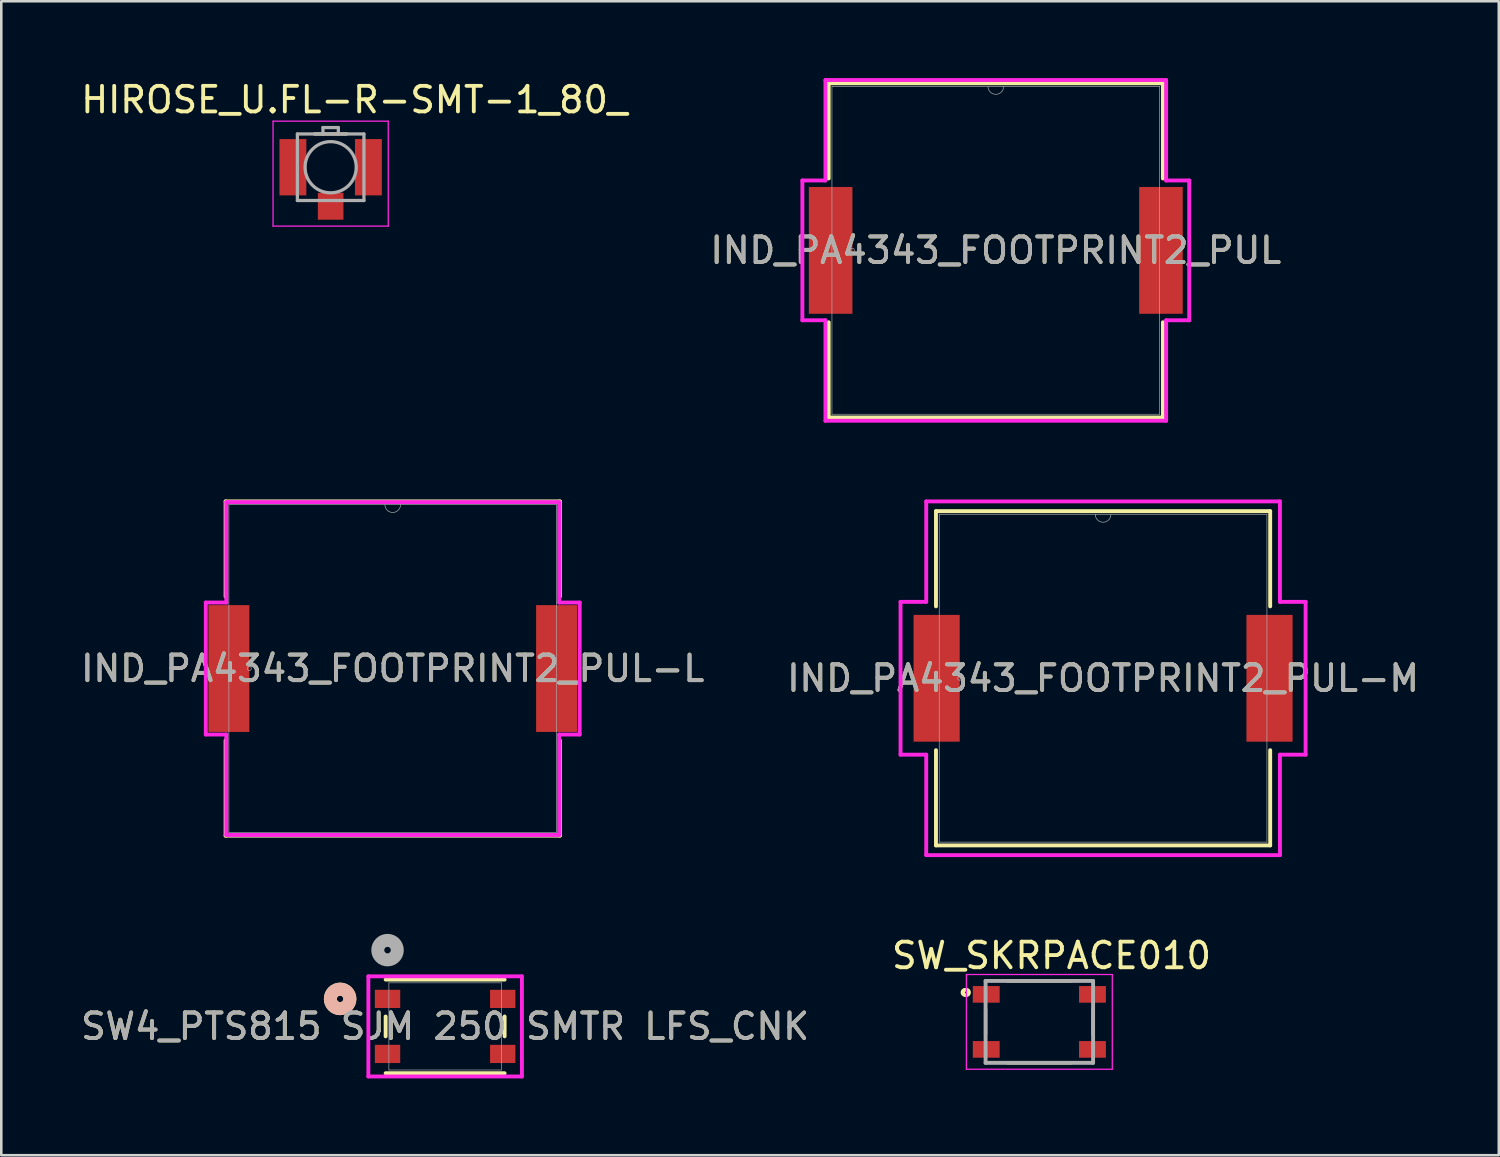
<source format=kicad_pcb>
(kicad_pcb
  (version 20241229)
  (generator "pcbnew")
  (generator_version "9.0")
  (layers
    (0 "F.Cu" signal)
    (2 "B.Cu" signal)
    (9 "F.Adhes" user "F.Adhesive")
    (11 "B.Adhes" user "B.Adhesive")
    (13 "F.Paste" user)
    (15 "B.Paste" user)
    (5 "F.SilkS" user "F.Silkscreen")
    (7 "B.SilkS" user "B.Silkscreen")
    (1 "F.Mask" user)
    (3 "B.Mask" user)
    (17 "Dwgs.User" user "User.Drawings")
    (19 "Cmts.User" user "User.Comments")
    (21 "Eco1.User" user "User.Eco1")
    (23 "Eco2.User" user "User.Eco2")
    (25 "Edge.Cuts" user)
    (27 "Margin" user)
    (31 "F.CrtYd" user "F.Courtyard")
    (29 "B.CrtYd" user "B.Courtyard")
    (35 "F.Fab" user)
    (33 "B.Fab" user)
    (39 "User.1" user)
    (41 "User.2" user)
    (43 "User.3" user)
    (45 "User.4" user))
  (footprint "SW_SKRPACE010"
    (layer "F.Cu")
    (at 37.552 36.87)
    (property "Reference" "SW_SKRPACE010" (at 0.476 -2.589 0) (layer "F.SilkS") (effects (font (size 1.002 1.002) (thickness 0.15))))
    (attr smd)
    (fp_line (start -2.1 -0.5) (end -2.1 0.5) (stroke (width 0.127) (type solid)) (layer "F.SilkS"))
    (fp_line (start -1.25 -1.6) (end 1.25 -1.6) (stroke (width 0.127) (type solid)) (layer "F.SilkS"))
    (fp_line (start -1.25 1.6) (end 1.25 1.6) (stroke (width 0.127) (type solid)) (layer "F.SilkS"))
    (fp_line (start 2.1 -0.5) (end 2.1 0.5) (stroke (width 0.127) (type solid)) (layer "F.SilkS"))
    (fp_circle (center -2.9 -1.15) (end -2.788 -1.15) (stroke (width 0.127) (type solid)) (fill no) (layer "F.SilkS"))
    (fp_circle (center -2.85 -1.15) (end -2.8 -1.15) (stroke (width 0.127) (type solid)) (fill no) (layer "F.SilkS"))
    (fp_line (start -2.85 -1.85) (end 2.85 -1.85) (stroke (width 0.05) (type solid)) (layer "F.CrtYd"))
    (fp_line (start -2.85 1.85) (end -2.85 -1.85) (stroke (width 0.05) (type solid)) (layer "F.CrtYd"))
    (fp_line (start 2.85 -1.85) (end 2.85 1.85) (stroke (width 0.05) (type solid)) (layer "F.CrtYd"))
    (fp_line (start 2.85 1.85) (end -2.85 1.85) (stroke (width 0.05) (type solid)) (layer "F.CrtYd"))
    (fp_line (start -2.1 -1.6) (end 2.1 -1.6) (stroke (width 0.152) (type solid)) (layer "F.Fab"))
    (fp_line (start -2.1 1.6) (end -2.1 -1.6) (stroke (width 0.152) (type solid)) (layer "F.Fab"))
    (fp_line (start 2.1 -1.6) (end 2.1 1.6) (stroke (width 0.152) (type solid)) (layer "F.Fab"))
    (fp_line (start 2.1 1.6) (end -2.1 1.6) (stroke (width 0.152) (type solid)) (layer "F.Fab"))
    (pad "1" smd rect (at -2.075 -1.075) (size 1.05 0.65) (layers "F.Cu" "F.Mask" "F.Paste"))
    (pad "2" smd rect (at 2.075 -1.075) (size 1.05 0.65) (layers "F.Cu" "F.Mask" "F.Paste"))
    (pad "3" smd rect (at -2.075 1.075) (size 1.05 0.65) (layers "F.Cu" "F.Mask" "F.Paste"))
    (pad "4" smd rect (at 2.075 1.075) (size 1.05 0.65) (layers "F.Cu" "F.Mask" "F.Paste")))
  (footprint "IND_PA4343_FOOTPRINT2_PUL-M"
    (layer "F.Cu")
    (at 40.042 23.447)
    (property "Reference" "IND_PA4343_FOOTPRINT2_PUL-M" (at 0 0 0) (unlocked yes) (layer "F.SilkS") (effects (font (size 1 1) (thickness 0.15))))
    (attr smd)
    (fp_line (start -6.528 -6.528) (end -6.528 -2.809) (stroke (width 0.152) (type solid)) (layer "F.SilkS"))
    (fp_line (start -6.528 2.809) (end -6.528 6.528) (stroke (width 0.152) (type solid)) (layer "F.SilkS"))
    (fp_line (start -6.528 6.528) (end 6.528 6.528) (stroke (width 0.152) (type solid)) (layer "F.SilkS"))
    (fp_line (start 6.528 -6.528) (end -6.528 -6.528) (stroke (width 0.152) (type solid)) (layer "F.SilkS"))
    (fp_line (start 6.528 -2.809) (end 6.528 -6.528) (stroke (width 0.152) (type solid)) (layer "F.SilkS"))
    (fp_line (start 6.528 6.528) (end 6.528 2.809) (stroke (width 0.152) (type solid)) (layer "F.SilkS"))
    (fp_line (start -7.912 -2.985) (end -6.909 -2.985) (stroke (width 0.152) (type solid)) (layer "F.CrtYd"))
    (fp_line (start -7.912 2.985) (end -7.912 -2.985) (stroke (width 0.152) (type solid)) (layer "F.CrtYd"))
    (fp_line (start -7.912 2.985) (end -6.909 2.985) (stroke (width 0.152) (type solid)) (layer "F.CrtYd"))
    (fp_line (start -6.909 -6.909) (end 6.909 -6.909) (stroke (width 0.152) (type solid)) (layer "F.CrtYd"))
    (fp_line (start -6.909 -2.985) (end -6.909 -6.909) (stroke (width 0.152) (type solid)) (layer "F.CrtYd"))
    (fp_line (start -6.909 6.909) (end -6.909 2.985) (stroke (width 0.152) (type solid)) (layer "F.CrtYd"))
    (fp_line (start 6.909 -6.909) (end 6.909 -2.985) (stroke (width 0.152) (type solid)) (layer "F.CrtYd"))
    (fp_line (start 6.909 2.985) (end 6.909 6.909) (stroke (width 0.152) (type solid)) (layer "F.CrtYd"))
    (fp_line (start 6.909 6.909) (end -6.909 6.909) (stroke (width 0.152) (type solid)) (layer "F.CrtYd"))
    (fp_line (start 7.912 -2.985) (end 6.909 -2.985) (stroke (width 0.152) (type solid)) (layer "F.CrtYd"))
    (fp_line (start 7.912 -2.985) (end 7.912 2.985) (stroke (width 0.152) (type solid)) (layer "F.CrtYd"))
    (fp_line (start 7.912 2.985) (end 6.909 2.985) (stroke (width 0.152) (type solid)) (layer "F.CrtYd"))
    (fp_line (start -6.401 -6.401) (end -6.401 6.401) (stroke (width 0.025) (type solid)) (layer "F.Fab"))
    (fp_line (start -6.401 6.401) (end 6.401 6.401) (stroke (width 0.025) (type solid)) (layer "F.Fab"))
    (fp_line (start 6.401 -6.401) (end -6.401 -6.401) (stroke (width 0.025) (type solid)) (layer "F.Fab"))
    (fp_line (start 6.401 6.401) (end 6.401 -6.401) (stroke (width 0.025) (type solid)) (layer "F.Fab"))
    (fp_arc (start 0.3048 -6.4008) (mid 0 -6.096) (end -0.3048 -6.4008) (stroke (width 0.0254) (type solid)) (layer "F.Fab"))
    (fp_circle (center -5.601 0) (end -5.524 0) (stroke (width 0.025) (type solid)) (fill no) (layer "F.Fab"))
    (fp_text user "${REFERENCE}" (at 0 0 0) (unlocked yes) (layer "F.Fab") (effects (font (size 1 1) (thickness 0.15))))
    (pad "1" smd rect (at -6.502 0) (size 1.803 4.953) (layers "F.Cu" "F.Mask" "F.Paste"))
    (pad "2" smd rect (at 6.502 0) (size 1.803 4.953) (layers "F.Cu" "F.Mask" "F.Paste")))
  (footprint "IND_PA4343_FOOTPRINT2_PUL-L"
    (layer "F.Cu")
    (at 12.292 23.066)
    (property "Reference" "IND_PA4343_FOOTPRINT2_PUL-L" (at 0 0 0) (unlocked yes) (layer "F.SilkS") (effects (font (size 1 1) (thickness 0.15))))
    (attr smd)
    (fp_line (start -6.528 -6.528) (end -6.528 -2.809) (stroke (width 0.152) (type solid)) (layer "F.SilkS"))
    (fp_line (start -6.528 2.809) (end -6.528 6.528) (stroke (width 0.152) (type solid)) (layer "F.SilkS"))
    (fp_line (start -6.528 6.528) (end 6.528 6.528) (stroke (width 0.152) (type solid)) (layer "F.SilkS"))
    (fp_line (start 6.528 -6.528) (end -6.528 -6.528) (stroke (width 0.152) (type solid)) (layer "F.SilkS"))
    (fp_line (start 6.528 -2.809) (end 6.528 -6.528) (stroke (width 0.152) (type solid)) (layer "F.SilkS"))
    (fp_line (start 6.528 6.528) (end 6.528 2.809) (stroke (width 0.152) (type solid)) (layer "F.SilkS"))
    (fp_line (start -7.303 -2.578) (end -6.502 -2.578) (stroke (width 0.152) (type solid)) (layer "F.CrtYd"))
    (fp_line (start -7.303 2.578) (end -7.303 -2.578) (stroke (width 0.152) (type solid)) (layer "F.CrtYd"))
    (fp_line (start -7.303 2.578) (end -6.502 2.578) (stroke (width 0.152) (type solid)) (layer "F.CrtYd"))
    (fp_line (start -6.502 -6.502) (end 6.502 -6.502) (stroke (width 0.152) (type solid)) (layer "F.CrtYd"))
    (fp_line (start -6.502 -2.578) (end -6.502 -6.502) (stroke (width 0.152) (type solid)) (layer "F.CrtYd"))
    (fp_line (start -6.502 6.502) (end -6.502 2.578) (stroke (width 0.152) (type solid)) (layer "F.CrtYd"))
    (fp_line (start 6.502 -6.502) (end 6.502 -2.578) (stroke (width 0.152) (type solid)) (layer "F.CrtYd"))
    (fp_line (start 6.502 2.578) (end 6.502 6.502) (stroke (width 0.152) (type solid)) (layer "F.CrtYd"))
    (fp_line (start 6.502 6.502) (end -6.502 6.502) (stroke (width 0.152) (type solid)) (layer "F.CrtYd"))
    (fp_line (start 7.303 -2.578) (end 6.502 -2.578) (stroke (width 0.152) (type solid)) (layer "F.CrtYd"))
    (fp_line (start 7.303 -2.578) (end 7.303 2.578) (stroke (width 0.152) (type solid)) (layer "F.CrtYd"))
    (fp_line (start 7.303 2.578) (end 6.502 2.578) (stroke (width 0.152) (type solid)) (layer "F.CrtYd"))
    (fp_line (start -6.401 -6.401) (end -6.401 6.401) (stroke (width 0.025) (type solid)) (layer "F.Fab"))
    (fp_line (start -6.401 6.401) (end 6.401 6.401) (stroke (width 0.025) (type solid)) (layer "F.Fab"))
    (fp_line (start 6.401 -6.401) (end -6.401 -6.401) (stroke (width 0.025) (type solid)) (layer "F.Fab"))
    (fp_line (start 6.401 6.401) (end 6.401 -6.401) (stroke (width 0.025) (type solid)) (layer "F.Fab"))
    (fp_arc (start 0.3048 -6.4008) (mid 0 -6.096) (end -0.3048 -6.4008) (stroke (width 0.0254) (type solid)) (layer "F.Fab"))
    (fp_circle (center -5.601 0) (end -5.524 0) (stroke (width 0.025) (type solid)) (fill no) (layer "F.Fab"))
    (fp_text user "${REFERENCE}" (at 0 0 0) (unlocked yes) (layer "F.Fab") (effects (font (size 1 1) (thickness 0.15))))
    (pad "1" smd rect (at -6.401 0) (size 1.6 4.953) (layers "F.Cu" "F.Mask" "F.Paste"))
    (pad "2" smd rect (at 6.401 0) (size 1.6 4.953) (layers "F.Cu" "F.Mask" "F.Paste")))
  (footprint "IND_PA4343_FOOTPRINT2_PUL"
    (layer "F.Cu")
    (at 35.851 6.731)
    (property "Reference" "IND_PA4343_FOOTPRINT2_PUL" (at 0 0 0) (unlocked yes) (layer "F.SilkS") (effects (font (size 1 1) (thickness 0.15))))
    (attr smd)
    (fp_line (start -6.528 -6.528) (end -6.528 -2.809) (stroke (width 0.152) (type solid)) (layer "F.SilkS"))
    (fp_line (start -6.528 2.809) (end -6.528 6.528) (stroke (width 0.152) (type solid)) (layer "F.SilkS"))
    (fp_line (start -6.528 6.528) (end 6.528 6.528) (stroke (width 0.152) (type solid)) (layer "F.SilkS"))
    (fp_line (start 6.528 -6.528) (end -6.528 -6.528) (stroke (width 0.152) (type solid)) (layer "F.SilkS"))
    (fp_line (start 6.528 -2.809) (end 6.528 -6.528) (stroke (width 0.152) (type solid)) (layer "F.SilkS"))
    (fp_line (start 6.528 6.528) (end 6.528 2.809) (stroke (width 0.152) (type solid)) (layer "F.SilkS"))
    (fp_line (start -7.556 -2.731) (end -6.655 -2.731) (stroke (width 0.152) (type solid)) (layer "F.CrtYd"))
    (fp_line (start -7.556 2.731) (end -7.556 -2.731) (stroke (width 0.152) (type solid)) (layer "F.CrtYd"))
    (fp_line (start -7.556 2.731) (end -6.655 2.731) (stroke (width 0.152) (type solid)) (layer "F.CrtYd"))
    (fp_line (start -6.655 -6.655) (end 6.655 -6.655) (stroke (width 0.152) (type solid)) (layer "F.CrtYd"))
    (fp_line (start -6.655 -2.731) (end -6.655 -6.655) (stroke (width 0.152) (type solid)) (layer "F.CrtYd"))
    (fp_line (start -6.655 6.655) (end -6.655 2.731) (stroke (width 0.152) (type solid)) (layer "F.CrtYd"))
    (fp_line (start 6.655 -6.655) (end 6.655 -2.731) (stroke (width 0.152) (type solid)) (layer "F.CrtYd"))
    (fp_line (start 6.655 2.731) (end 6.655 6.655) (stroke (width 0.152) (type solid)) (layer "F.CrtYd"))
    (fp_line (start 6.655 6.655) (end -6.655 6.655) (stroke (width 0.152) (type solid)) (layer "F.CrtYd"))
    (fp_line (start 7.556 -2.731) (end 6.655 -2.731) (stroke (width 0.152) (type solid)) (layer "F.CrtYd"))
    (fp_line (start 7.556 -2.731) (end 7.556 2.731) (stroke (width 0.152) (type solid)) (layer "F.CrtYd"))
    (fp_line (start 7.556 2.731) (end 6.655 2.731) (stroke (width 0.152) (type solid)) (layer "F.CrtYd"))
    (fp_line (start -6.401 -6.401) (end -6.401 6.401) (stroke (width 0.025) (type solid)) (layer "F.Fab"))
    (fp_line (start -6.401 6.401) (end 6.401 6.401) (stroke (width 0.025) (type solid)) (layer "F.Fab"))
    (fp_line (start 6.401 -6.401) (end -6.401 -6.401) (stroke (width 0.025) (type solid)) (layer "F.Fab"))
    (fp_line (start 6.401 6.401) (end 6.401 -6.401) (stroke (width 0.025) (type solid)) (layer "F.Fab"))
    (fp_arc (start 0.3048 -6.4008) (mid 0 -6.096) (end -0.3048 -6.4008) (stroke (width 0.0254) (type solid)) (layer "F.Fab"))
    (fp_circle (center -5.601 0) (end -5.524 0) (stroke (width 0.025) (type solid)) (fill no) (layer "F.Fab"))
    (fp_text user "${REFERENCE}" (at 0 0 0) (unlocked yes) (layer "F.Fab") (effects (font (size 1 1) (thickness 0.15))))
    (pad "1" smd rect (at -6.452 0) (size 1.702 4.953) (layers "F.Cu" "F.Mask" "F.Paste"))
    (pad "2" smd rect (at 6.452 0) (size 1.702 4.953) (layers "F.Cu" "F.Mask" "F.Paste")))
  (footprint "HIROSE_U.FL-R-SMT-1_80_"
    (layer "F.Cu")
    (at 9.867 3.483)
    (property "Reference" "HIROSE_U.FL-R-SMT-1_80_" (at 0.925 -2.635 0) (layer "F.SilkS") (effects (font (size 1 1) (thickness 0.15))))
    (attr smd)
    (fp_line (start -0.63 -1.3) (end 0.63 -1.3) (stroke (width 0.127) (type solid)) (layer "F.SilkS"))
    (fp_poly (pts (xy -1.95 -1) (xy -1.05 -1) (xy -1.05 1) (xy -1.95 1)) (stroke (width 0.01) (type solid)) (fill yes) (layer "F.Paste"))
    (fp_poly (pts (xy -0.4 1.1) (xy 0.4 1.1) (xy 0.4 1.95) (xy -0.4 1.95)) (stroke (width 0.01) (type solid)) (fill yes) (layer "F.Paste"))
    (fp_poly (pts (xy 1.05 -1) (xy 1.95 -1) (xy 1.95 1) (xy 1.05 1)) (stroke (width 0.01) (type solid)) (fill yes) (layer "F.Paste"))
    (fp_line (start -2.25 -1.8) (end 2.25 -1.8) (stroke (width 0.05) (type solid)) (layer "F.CrtYd"))
    (fp_line (start -2.25 2.3) (end -2.25 -1.8) (stroke (width 0.05) (type solid)) (layer "F.CrtYd"))
    (fp_line (start 2.25 -1.8) (end 2.25 2.3) (stroke (width 0.05) (type solid)) (layer "F.CrtYd"))
    (fp_line (start 2.25 2.3) (end -2.25 2.3) (stroke (width 0.05) (type solid)) (layer "F.CrtYd"))
    (fp_line (start -1.3 -1.3) (end -0.3 -1.3) (stroke (width 0.127) (type solid)) (layer "F.Fab"))
    (fp_line (start -1.3 1.3) (end -1.3 -1.3) (stroke (width 0.127) (type solid)) (layer "F.Fab"))
    (fp_line (start -0.3 -1.55) (end 0.3 -1.55) (stroke (width 0.127) (type solid)) (layer "F.Fab"))
    (fp_line (start -0.3 -1.3) (end -0.3 -1.55) (stroke (width 0.127) (type solid)) (layer "F.Fab"))
    (fp_line (start -0.3 -1.3) (end 0.3 -1.3) (stroke (width 0.127) (type solid)) (layer "F.Fab"))
    (fp_line (start 0.3 -1.55) (end 0.3 -1.3) (stroke (width 0.127) (type solid)) (layer "F.Fab"))
    (fp_line (start 0.3 -1.3) (end 1.3 -1.3) (stroke (width 0.127) (type solid)) (layer "F.Fab"))
    (fp_line (start 1.3 -1.3) (end 1.3 1.3) (stroke (width 0.127) (type solid)) (layer "F.Fab"))
    (fp_line (start 1.3 1.3) (end -1.3 1.3) (stroke (width 0.127) (type solid)) (layer "F.Fab"))
    (fp_circle (center 0 0) (end 1 0) (stroke (width 0.127) (type solid)) (fill no) (layer "F.Fab"))
    (pad "G1" smd rect (at -1.475 0) (size 1.05 2.2) (layers "F.Cu" "F.Mask"))
    (pad "G2" smd rect (at 1.475 0) (size 1.05 2.2) (layers "F.Cu" "F.Mask"))
    (pad "SIG" smd rect (at 0 1.525) (size 1 1.05) (layers "F.Cu" "F.Mask"))
    (zone (net_name "") (layer "F.Cu") (hatch full 0.508) (connect_pads) (min_thickness 0.01) (filled_areas_thickness no) (keepout (tracks not_allowed) (vias not_allowed) (pads not_allowed) (copperpour not_allowed) (footprints allowed)) (placement (enabled no)) (fill) (polygon (pts (xy 8.917 2.383) (xy 8.917 4.583) (xy 9.367 4.583) (xy 9.367 4.483) (xy 10.367 4.483) (xy 10.367 4.583) (xy 10.817 4.583) (xy 10.817 2.383))))
    (zone (net_name "") (layers "F.Cu" "B.Cu") (hatch full 0.508) (connect_pads) (min_thickness 0.01) (filled_areas_thickness no) (keepout (tracks allowed) (vias not_allowed) (pads allowed) (copperpour allowed) (footprints allowed)) (placement (enabled no)) (fill) (polygon (pts (xy 8.917 2.383) (xy 8.917 4.583) (xy 9.367 4.583) (xy 9.367 4.483) (xy 10.367 4.483) (xy 10.367 4.583) (xy 10.817 4.583) (xy 10.817 2.383)))))
  (footprint "SW4_PTS815 SJM 250 SMTR LFS_CNK"
    (layer "F.Cu")
    (at 14.339 37.047)
    (property "Reference" "SW4_PTS815 SJM 250 SMTR LFS_CNK" (at 0 0 0) (unlocked yes) (layer "F.SilkS") (effects (font (size 1 1) (thickness 0.15))))
    (attr smd)
    (fp_line (start -2.324 -0.387) (end -2.324 0.387) (stroke (width 0.152) (type solid)) (layer "F.SilkS"))
    (fp_line (start -2.324 1.829) (end 2.324 1.829) (stroke (width 0.152) (type solid)) (layer "F.SilkS"))
    (fp_line (start 2.324 -1.829) (end -2.324 -1.829) (stroke (width 0.152) (type solid)) (layer "F.SilkS"))
    (fp_line (start 2.324 0.387) (end 2.324 -0.387) (stroke (width 0.152) (type solid)) (layer "F.SilkS"))
    (fp_circle (center -4.102 -1.075) (end -3.721 -1.075) (stroke (width 0.508) (type solid)) (fill no) (layer "F.SilkS"))
    (fp_circle (center -4.102 -1.075) (end -3.721 -1.075) (stroke (width 0.508) (type solid)) (fill no) (layer "B.SilkS"))
    (fp_line (start -2.999 -1.956) (end -2.999 1.956) (stroke (width 0.152) (type solid)) (layer "F.CrtYd"))
    (fp_line (start -2.999 1.956) (end 2.999 1.956) (stroke (width 0.152) (type solid)) (layer "F.CrtYd"))
    (fp_line (start 2.999 -1.956) (end -2.999 -1.956) (stroke (width 0.152) (type solid)) (layer "F.CrtYd"))
    (fp_line (start 2.999 1.956) (end 2.999 -1.956) (stroke (width 0.152) (type solid)) (layer "F.CrtYd"))
    (fp_line (start -2.197 -1.702) (end -2.197 1.702) (stroke (width 0.025) (type solid)) (layer "F.Fab"))
    (fp_line (start -2.197 1.702) (end 2.197 1.702) (stroke (width 0.025) (type solid)) (layer "F.Fab"))
    (fp_line (start 2.197 -1.702) (end -2.197 -1.702) (stroke (width 0.025) (type solid)) (layer "F.Fab"))
    (fp_line (start 2.197 1.702) (end 2.197 -1.702) (stroke (width 0.025) (type solid)) (layer "F.Fab"))
    (fp_circle (center -2.25 -2.98) (end -1.869 -2.98) (stroke (width 0.508) (type solid)) (fill no) (layer "F.Fab"))
    (fp_text user "${REFERENCE}" (at 0 0 0) (unlocked yes) (layer "F.Fab") (effects (font (size 1 1) (thickness 0.15))))
    (pad "1" smd rect (at -2.25 -1.075) (size 0.991 0.711) (layers "F.Cu" "F.Mask" "F.Paste"))
    (pad "2" smd rect (at 2.25 -1.075) (size 0.991 0.711) (layers "F.Cu" "F.Mask" "F.Paste"))
    (pad "3" smd rect (at -2.25 1.075) (size 0.991 0.711) (layers "F.Cu" "F.Mask" "F.Paste"))
    (pad "4" smd rect (at 2.25 1.075) (size 0.991 0.711) (layers "F.Cu" "F.Mask" "F.Paste")))
  (gr_rect
    (start -3 -3)
    (end 55.5 42.079)
    (stroke (width 0.1) (type default))
    (fill no)
    (layer "Edge.Cuts")))
</source>
